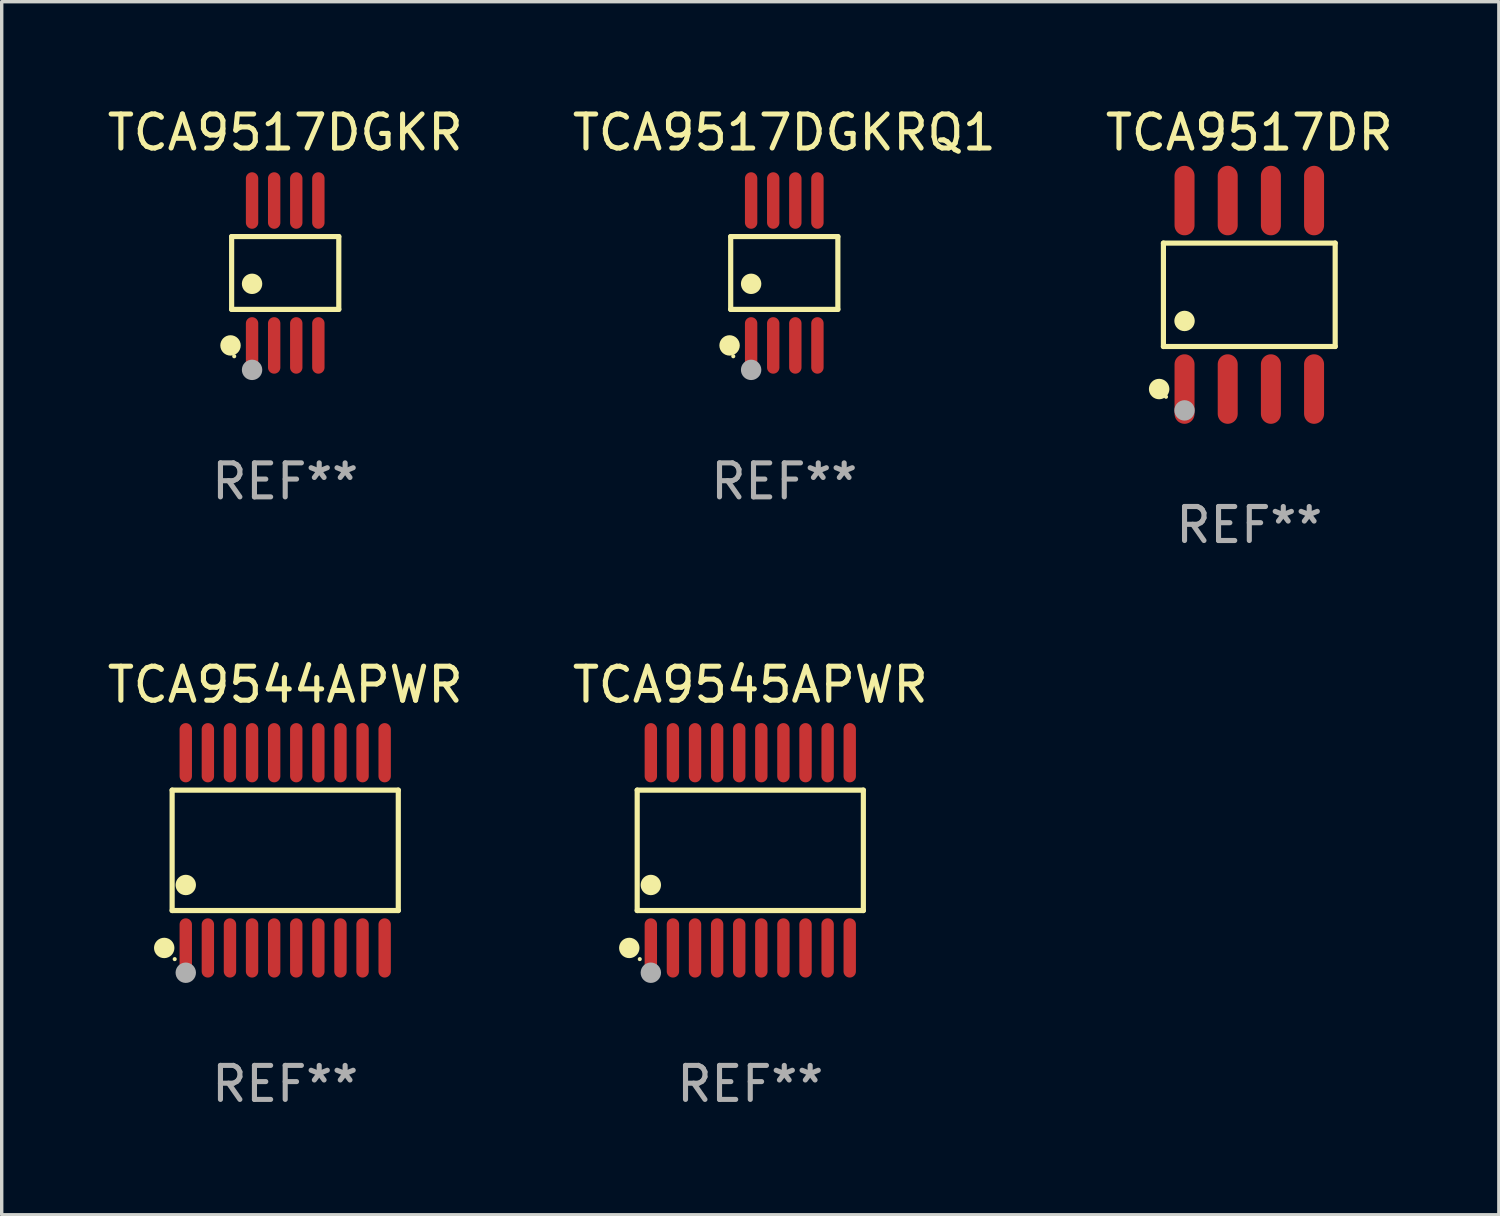
<source format=kicad_pcb>
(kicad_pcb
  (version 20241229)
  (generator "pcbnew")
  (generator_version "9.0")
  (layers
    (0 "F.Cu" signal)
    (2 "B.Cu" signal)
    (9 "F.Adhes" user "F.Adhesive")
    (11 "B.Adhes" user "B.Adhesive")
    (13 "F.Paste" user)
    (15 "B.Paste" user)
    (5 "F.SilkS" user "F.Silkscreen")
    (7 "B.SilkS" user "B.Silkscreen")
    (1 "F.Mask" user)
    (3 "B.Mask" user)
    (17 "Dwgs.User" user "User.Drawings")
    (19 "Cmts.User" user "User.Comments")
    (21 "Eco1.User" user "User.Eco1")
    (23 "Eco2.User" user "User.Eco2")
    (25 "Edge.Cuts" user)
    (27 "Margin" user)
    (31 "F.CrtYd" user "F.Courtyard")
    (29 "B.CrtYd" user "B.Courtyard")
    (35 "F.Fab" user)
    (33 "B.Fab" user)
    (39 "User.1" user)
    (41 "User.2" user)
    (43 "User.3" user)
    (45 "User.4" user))
  (footprint "TCA9517DR"
    (layer "F.Cu")
    (at 33.696 5.621)
    (property "Reference" "TCA9517DR" (at 0 -4.772 0) (layer "F.SilkS") (effects (font (size 1 1) (thickness 0.15))))
    (attr through_hole)
    (fp_line (start -2.526 -1.521) (end 2.526 -1.521) (stroke (width 0.152) (type solid)) (layer "F.SilkS"))
    (fp_line (start -2.526 1.521) (end -2.526 -1.521) (stroke (width 0.152) (type solid)) (layer "F.SilkS"))
    (fp_line (start 2.526 -1.521) (end 2.526 1.521) (stroke (width 0.152) (type solid)) (layer "F.SilkS"))
    (fp_line (start 2.526 1.521) (end -2.526 1.521) (stroke (width 0.152) (type solid)) (layer "F.SilkS"))
    (fp_circle (center -2.652 2.772) (end -2.501 2.772) (stroke (width 0.3) (type solid)) (fill no) (layer "F.SilkS"))
    (fp_circle (center -2.45 3) (end -2.42 3) (stroke (width 0.06) (type solid)) (fill no) (layer "F.SilkS"))
    (fp_circle (center -1.905 0.769) (end -1.755 0.769) (stroke (width 0.3) (type solid)) (fill no) (layer "F.SilkS"))
    (fp_circle (center -1.905 3.4) (end -1.755 3.4) (stroke (width 0.3) (type solid)) (fill no) (layer "F.Fab"))
    (fp_text user "REF**" (at 0 6.772 0) (layer "F.Fab") (effects (font (size 1 1) (thickness 0.15))))
    (pad "1" smd oval (at -1.905 2.772) (size 0.588 2.045) (layers "F.Cu" "F.Mask" "F.Paste"))
    (pad "2" smd oval (at -0.635 2.772) (size 0.588 2.045) (layers "F.Cu" "F.Mask" "F.Paste"))
    (pad "3" smd oval (at 0.635 2.772) (size 0.588 2.045) (layers "F.Cu" "F.Mask" "F.Paste"))
    (pad "4" smd oval (at 1.905 2.772) (size 0.588 2.045) (layers "F.Cu" "F.Mask" "F.Paste"))
    (pad "5" smd oval (at 1.905 -2.772) (size 0.588 2.045) (layers "F.Cu" "F.Mask" "F.Paste"))
    (pad "6" smd oval (at 0.635 -2.772) (size 0.588 2.045) (layers "F.Cu" "F.Mask" "F.Paste"))
    (pad "7" smd oval (at -0.635 -2.772) (size 0.588 2.045) (layers "F.Cu" "F.Mask" "F.Paste"))
    (pad "8" smd oval (at -1.905 -2.772) (size 0.588 2.045) (layers "F.Cu" "F.Mask" "F.Paste")))
  (footprint "TCA9545APWR"
    (layer "F.Cu")
    (at 19.018 21.961)
    (property "Reference" "TCA9545APWR" (at 0 -4.871 0) (layer "F.SilkS") (effects (font (size 1 1) (thickness 0.15))))
    (attr through_hole)
    (fp_line (start -3.326 -1.771) (end 3.326 -1.771) (stroke (width 0.152) (type solid)) (layer "F.SilkS"))
    (fp_line (start -3.326 1.771) (end -3.326 -1.771) (stroke (width 0.152) (type solid)) (layer "F.SilkS"))
    (fp_line (start 3.326 -1.771) (end 3.326 1.771) (stroke (width 0.152) (type solid)) (layer "F.SilkS"))
    (fp_line (start 3.326 1.771) (end -3.326 1.771) (stroke (width 0.152) (type solid)) (layer "F.SilkS"))
    (fp_circle (center -3.559 2.871) (end -3.409 2.871) (stroke (width 0.3) (type solid)) (fill no) (layer "F.SilkS"))
    (fp_circle (center -3.25 3.2) (end -3.22 3.2) (stroke (width 0.06) (type solid)) (fill no) (layer "F.SilkS"))
    (fp_circle (center -2.925 1.019) (end -2.775 1.019) (stroke (width 0.3) (type solid)) (fill no) (layer "F.SilkS"))
    (fp_circle (center -2.925 3.6) (end -2.775 3.6) (stroke (width 0.3) (type solid)) (fill no) (layer "F.Fab"))
    (fp_text user "REF**" (at 0 6.871 0) (layer "F.Fab") (effects (font (size 1 1) (thickness 0.15))))
    (pad "1" smd oval (at -2.925 2.871) (size 0.364 1.742) (layers "F.Cu" "F.Mask" "F.Paste"))
    (pad "2" smd oval (at -2.275 2.871) (size 0.364 1.742) (layers "F.Cu" "F.Mask" "F.Paste"))
    (pad "3" smd oval (at -1.625 2.871) (size 0.364 1.742) (layers "F.Cu" "F.Mask" "F.Paste"))
    (pad "4" smd oval (at -0.975 2.871) (size 0.364 1.742) (layers "F.Cu" "F.Mask" "F.Paste"))
    (pad "5" smd oval (at -0.325 2.871) (size 0.364 1.742) (layers "F.Cu" "F.Mask" "F.Paste"))
    (pad "6" smd oval (at 0.325 2.871) (size 0.364 1.742) (layers "F.Cu" "F.Mask" "F.Paste"))
    (pad "7" smd oval (at 0.975 2.871) (size 0.364 1.742) (layers "F.Cu" "F.Mask" "F.Paste"))
    (pad "8" smd oval (at 1.625 2.871) (size 0.364 1.742) (layers "F.Cu" "F.Mask" "F.Paste"))
    (pad "9" smd oval (at 2.275 2.871) (size 0.364 1.742) (layers "F.Cu" "F.Mask" "F.Paste"))
    (pad "10" smd oval (at 2.925 2.871) (size 0.364 1.742) (layers "F.Cu" "F.Mask" "F.Paste"))
    (pad "11" smd oval (at 2.925 -2.871) (size 0.364 1.742) (layers "F.Cu" "F.Mask" "F.Paste"))
    (pad "12" smd oval (at 2.275 -2.871) (size 0.364 1.742) (layers "F.Cu" "F.Mask" "F.Paste"))
    (pad "13" smd oval (at 1.625 -2.871) (size 0.364 1.742) (layers "F.Cu" "F.Mask" "F.Paste"))
    (pad "14" smd oval (at 0.975 -2.871) (size 0.364 1.742) (layers "F.Cu" "F.Mask" "F.Paste"))
    (pad "15" smd oval (at 0.325 -2.871) (size 0.364 1.742) (layers "F.Cu" "F.Mask" "F.Paste"))
    (pad "16" smd oval (at -0.325 -2.871) (size 0.364 1.742) (layers "F.Cu" "F.Mask" "F.Paste"))
    (pad "17" smd oval (at -0.975 -2.871) (size 0.364 1.742) (layers "F.Cu" "F.Mask" "F.Paste"))
    (pad "18" smd oval (at -1.625 -2.871) (size 0.364 1.742) (layers "F.Cu" "F.Mask" "F.Paste"))
    (pad "19" smd oval (at -2.275 -2.871) (size 0.364 1.742) (layers "F.Cu" "F.Mask" "F.Paste"))
    (pad "20" smd oval (at -2.925 -2.871) (size 0.364 1.742) (layers "F.Cu" "F.Mask" "F.Paste")))
  (footprint "TCA9517DGKR"
    (layer "F.Cu")
    (at 5.339 4.979)
    (property "Reference" "TCA9517DGKR" (at 0 -4.131 0) (layer "F.SilkS") (effects (font (size 1 1) (thickness 0.15))))
    (attr through_hole)
    (fp_line (start -1.576 -1.071) (end 1.576 -1.071) (stroke (width 0.152) (type solid)) (layer "F.SilkS"))
    (fp_line (start -1.576 1.071) (end -1.576 -1.071) (stroke (width 0.152) (type solid)) (layer "F.SilkS"))
    (fp_line (start 1.576 -1.071) (end 1.576 1.071) (stroke (width 0.152) (type solid)) (layer "F.SilkS"))
    (fp_line (start 1.576 1.071) (end -1.576 1.071) (stroke (width 0.152) (type solid)) (layer "F.SilkS"))
    (fp_circle (center -1.609 2.131) (end -1.459 2.131) (stroke (width 0.3) (type solid)) (fill no) (layer "F.SilkS"))
    (fp_circle (center -1.5 2.45) (end -1.47 2.45) (stroke (width 0.06) (type solid)) (fill no) (layer "F.SilkS"))
    (fp_circle (center -0.975 0.319) (end -0.825 0.319) (stroke (width 0.3) (type solid)) (fill no) (layer "F.SilkS"))
    (fp_circle (center -0.975 2.85) (end -0.825 2.85) (stroke (width 0.3) (type solid)) (fill no) (layer "F.Fab"))
    (fp_text user "REF**" (at 0 6.131 0) (layer "F.Fab") (effects (font (size 1 1) (thickness 0.15))))
    (pad "1" smd oval (at -0.975 2.131) (size 0.364 1.662) (layers "F.Cu" "F.Mask" "F.Paste"))
    (pad "2" smd oval (at -0.325 2.131) (size 0.364 1.662) (layers "F.Cu" "F.Mask" "F.Paste"))
    (pad "3" smd oval (at 0.325 2.131) (size 0.364 1.662) (layers "F.Cu" "F.Mask" "F.Paste"))
    (pad "4" smd oval (at 0.975 2.131) (size 0.364 1.662) (layers "F.Cu" "F.Mask" "F.Paste"))
    (pad "5" smd oval (at 0.975 -2.131) (size 0.364 1.662) (layers "F.Cu" "F.Mask" "F.Paste"))
    (pad "6" smd oval (at 0.325 -2.131) (size 0.364 1.662) (layers "F.Cu" "F.Mask" "F.Paste"))
    (pad "7" smd oval (at -0.325 -2.131) (size 0.364 1.662) (layers "F.Cu" "F.Mask" "F.Paste"))
    (pad "8" smd oval (at -0.975 -2.131) (size 0.364 1.662) (layers "F.Cu" "F.Mask" "F.Paste")))
  (footprint "TCA9544APWR"
    (layer "F.Cu")
    (at 5.339 21.961)
    (property "Reference" "TCA9544APWR" (at 0 -4.871 0) (layer "F.SilkS") (effects (font (size 1 1) (thickness 0.15))))
    (attr through_hole)
    (fp_line (start -3.326 -1.771) (end 3.326 -1.771) (stroke (width 0.152) (type solid)) (layer "F.SilkS"))
    (fp_line (start -3.326 1.771) (end -3.326 -1.771) (stroke (width 0.152) (type solid)) (layer "F.SilkS"))
    (fp_line (start 3.326 -1.771) (end 3.326 1.771) (stroke (width 0.152) (type solid)) (layer "F.SilkS"))
    (fp_line (start 3.326 1.771) (end -3.326 1.771) (stroke (width 0.152) (type solid)) (layer "F.SilkS"))
    (fp_circle (center -3.559 2.871) (end -3.409 2.871) (stroke (width 0.3) (type solid)) (fill no) (layer "F.SilkS"))
    (fp_circle (center -3.25 3.2) (end -3.22 3.2) (stroke (width 0.06) (type solid)) (fill no) (layer "F.SilkS"))
    (fp_circle (center -2.925 1.019) (end -2.775 1.019) (stroke (width 0.3) (type solid)) (fill no) (layer "F.SilkS"))
    (fp_circle (center -2.925 3.6) (end -2.775 3.6) (stroke (width 0.3) (type solid)) (fill no) (layer "F.Fab"))
    (fp_text user "REF**" (at 0 6.871 0) (layer "F.Fab") (effects (font (size 1 1) (thickness 0.15))))
    (pad "1" smd oval (at -2.925 2.871) (size 0.364 1.742) (layers "F.Cu" "F.Mask" "F.Paste"))
    (pad "2" smd oval (at -2.275 2.871) (size 0.364 1.742) (layers "F.Cu" "F.Mask" "F.Paste"))
    (pad "3" smd oval (at -1.625 2.871) (size 0.364 1.742) (layers "F.Cu" "F.Mask" "F.Paste"))
    (pad "4" smd oval (at -0.975 2.871) (size 0.364 1.742) (layers "F.Cu" "F.Mask" "F.Paste"))
    (pad "5" smd oval (at -0.325 2.871) (size 0.364 1.742) (layers "F.Cu" "F.Mask" "F.Paste"))
    (pad "6" smd oval (at 0.325 2.871) (size 0.364 1.742) (layers "F.Cu" "F.Mask" "F.Paste"))
    (pad "7" smd oval (at 0.975 2.871) (size 0.364 1.742) (layers "F.Cu" "F.Mask" "F.Paste"))
    (pad "8" smd oval (at 1.625 2.871) (size 0.364 1.742) (layers "F.Cu" "F.Mask" "F.Paste"))
    (pad "9" smd oval (at 2.275 2.871) (size 0.364 1.742) (layers "F.Cu" "F.Mask" "F.Paste"))
    (pad "10" smd oval (at 2.925 2.871) (size 0.364 1.742) (layers "F.Cu" "F.Mask" "F.Paste"))
    (pad "11" smd oval (at 2.925 -2.871) (size 0.364 1.742) (layers "F.Cu" "F.Mask" "F.Paste"))
    (pad "12" smd oval (at 2.275 -2.871) (size 0.364 1.742) (layers "F.Cu" "F.Mask" "F.Paste"))
    (pad "13" smd oval (at 1.625 -2.871) (size 0.364 1.742) (layers "F.Cu" "F.Mask" "F.Paste"))
    (pad "14" smd oval (at 0.975 -2.871) (size 0.364 1.742) (layers "F.Cu" "F.Mask" "F.Paste"))
    (pad "15" smd oval (at 0.325 -2.871) (size 0.364 1.742) (layers "F.Cu" "F.Mask" "F.Paste"))
    (pad "16" smd oval (at -0.325 -2.871) (size 0.364 1.742) (layers "F.Cu" "F.Mask" "F.Paste"))
    (pad "17" smd oval (at -0.975 -2.871) (size 0.364 1.742) (layers "F.Cu" "F.Mask" "F.Paste"))
    (pad "18" smd oval (at -1.625 -2.871) (size 0.364 1.742) (layers "F.Cu" "F.Mask" "F.Paste"))
    (pad "19" smd oval (at -2.275 -2.871) (size 0.364 1.742) (layers "F.Cu" "F.Mask" "F.Paste"))
    (pad "20" smd oval (at -2.925 -2.871) (size 0.364 1.742) (layers "F.Cu" "F.Mask" "F.Paste")))
  (footprint "TCA9517DGKRQ1"
    (layer "F.Cu")
    (at 20.018 4.979)
    (property "Reference" "TCA9517DGKRQ1" (at 0 -4.131 0) (layer "F.SilkS") (effects (font (size 1 1) (thickness 0.15))))
    (attr through_hole)
    (fp_line (start -1.576 -1.071) (end 1.576 -1.071) (stroke (width 0.152) (type solid)) (layer "F.SilkS"))
    (fp_line (start -1.576 1.071) (end -1.576 -1.071) (stroke (width 0.152) (type solid)) (layer "F.SilkS"))
    (fp_line (start 1.576 -1.071) (end 1.576 1.071) (stroke (width 0.152) (type solid)) (layer "F.SilkS"))
    (fp_line (start 1.576 1.071) (end -1.576 1.071) (stroke (width 0.152) (type solid)) (layer "F.SilkS"))
    (fp_circle (center -1.609 2.131) (end -1.459 2.131) (stroke (width 0.3) (type solid)) (fill no) (layer "F.SilkS"))
    (fp_circle (center -1.5 2.45) (end -1.47 2.45) (stroke (width 0.06) (type solid)) (fill no) (layer "F.SilkS"))
    (fp_circle (center -0.975 0.319) (end -0.825 0.319) (stroke (width 0.3) (type solid)) (fill no) (layer "F.SilkS"))
    (fp_circle (center -0.975 2.85) (end -0.825 2.85) (stroke (width 0.3) (type solid)) (fill no) (layer "F.Fab"))
    (fp_text user "REF**" (at 0 6.131 0) (layer "F.Fab") (effects (font (size 1 1) (thickness 0.15))))
    (pad "1" smd oval (at -0.975 2.131) (size 0.364 1.662) (layers "F.Cu" "F.Mask" "F.Paste"))
    (pad "2" smd oval (at -0.325 2.131) (size 0.364 1.662) (layers "F.Cu" "F.Mask" "F.Paste"))
    (pad "3" smd oval (at 0.325 2.131) (size 0.364 1.662) (layers "F.Cu" "F.Mask" "F.Paste"))
    (pad "4" smd oval (at 0.975 2.131) (size 0.364 1.662) (layers "F.Cu" "F.Mask" "F.Paste"))
    (pad "5" smd oval (at 0.975 -2.131) (size 0.364 1.662) (layers "F.Cu" "F.Mask" "F.Paste"))
    (pad "6" smd oval (at 0.325 -2.131) (size 0.364 1.662) (layers "F.Cu" "F.Mask" "F.Paste"))
    (pad "7" smd oval (at -0.325 -2.131) (size 0.364 1.662) (layers "F.Cu" "F.Mask" "F.Paste"))
    (pad "8" smd oval (at -0.975 -2.131) (size 0.364 1.662) (layers "F.Cu" "F.Mask" "F.Paste")))
  (gr_rect
    (start -3 -3)
    (end 41.036 32.68)
    (stroke (width 0.1) (type default))
    (fill no)
    (layer "Edge.Cuts")))
</source>
